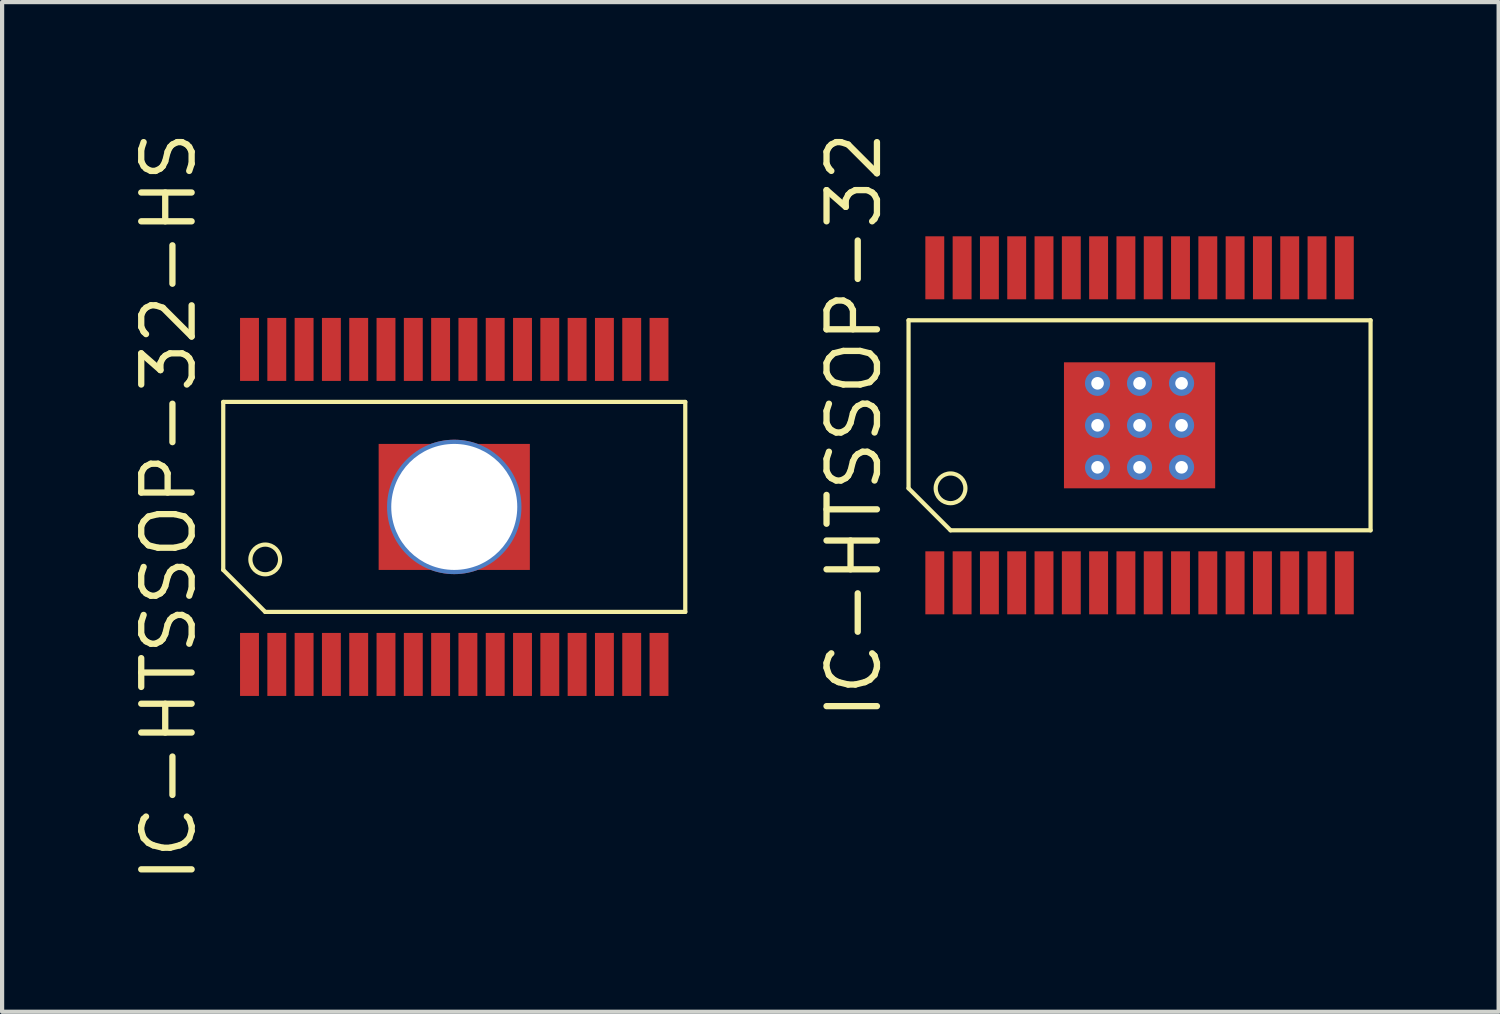
<source format=kicad_pcb>
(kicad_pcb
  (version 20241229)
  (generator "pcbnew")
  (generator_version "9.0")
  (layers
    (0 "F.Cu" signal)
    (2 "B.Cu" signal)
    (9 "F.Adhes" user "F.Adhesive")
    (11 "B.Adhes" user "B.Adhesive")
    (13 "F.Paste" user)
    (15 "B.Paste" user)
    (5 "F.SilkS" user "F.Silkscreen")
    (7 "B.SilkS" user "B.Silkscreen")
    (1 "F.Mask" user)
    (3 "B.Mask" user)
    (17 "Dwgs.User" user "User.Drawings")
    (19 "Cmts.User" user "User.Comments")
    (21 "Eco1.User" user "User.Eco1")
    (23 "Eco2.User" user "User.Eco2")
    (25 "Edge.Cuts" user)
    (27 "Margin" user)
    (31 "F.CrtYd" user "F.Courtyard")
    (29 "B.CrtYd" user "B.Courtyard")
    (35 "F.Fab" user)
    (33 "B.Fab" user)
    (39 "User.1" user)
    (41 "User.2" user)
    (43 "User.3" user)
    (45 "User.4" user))
  (footprint "IC-HTSSOP-32"
    (layer "F.Cu")
    (at 24.081 7.076)
    (property "Reference" "IC-HTSSOP-32" (at -6.8 0 90) (layer "F.SilkS") (effects (font (size 1.2 1.2) (thickness 0.15))))
    (attr through_hole)
    (fp_line (start -5.5 -2.5) (end -5.5 1.5) (stroke (width 0.1) (type solid)) (layer "F.SilkS"))
    (fp_line (start -5.5 1.5) (end -4.5 2.5) (stroke (width 0.1) (type solid)) (layer "F.SilkS"))
    (fp_line (start -4.5 2.5) (end 5.5 2.5) (stroke (width 0.1) (type solid)) (layer "F.SilkS"))
    (fp_line (start 5.5 -2.5) (end -5.5 -2.5) (stroke (width 0.1) (type solid)) (layer "F.SilkS"))
    (fp_line (start 5.5 2.5) (end 5.5 -2.5) (stroke (width 0.1) (type solid)) (layer "F.SilkS"))
    (fp_circle (center -4.5 1.5) (end -4.25 1.25) (stroke (width 0.1) (type solid)) (fill no) (layer "F.SilkS"))
    (pad "1" smd rect (at -4.875 3.75) (size 0.45 1.5) (layers "F.Cu" "F.Mask" "F.Paste"))
    (pad "2" smd rect (at -4.225 3.75) (size 0.45 1.5) (layers "F.Cu" "F.Mask" "F.Paste"))
    (pad "3" smd rect (at -3.575 3.75) (size 0.45 1.5) (layers "F.Cu" "F.Mask" "F.Paste"))
    (pad "4" smd rect (at -2.925 3.75) (size 0.45 1.5) (layers "F.Cu" "F.Mask" "F.Paste"))
    (pad "5" smd rect (at -2.275 3.75) (size 0.45 1.5) (layers "F.Cu" "F.Mask" "F.Paste"))
    (pad "6" smd rect (at -1.625 3.75) (size 0.45 1.5) (layers "F.Cu" "F.Mask" "F.Paste"))
    (pad "7" smd rect (at -0.975 3.75) (size 0.45 1.5) (layers "F.Cu" "F.Mask" "F.Paste"))
    (pad "8" smd rect (at -0.325 3.75) (size 0.45 1.5) (layers "F.Cu" "F.Mask" "F.Paste"))
    (pad "9" smd rect (at 0.325 3.75) (size 0.45 1.5) (layers "F.Cu" "F.Mask" "F.Paste"))
    (pad "10" smd rect (at 0.975 3.75) (size 0.45 1.5) (layers "F.Cu" "F.Mask" "F.Paste"))
    (pad "11" smd rect (at 1.625 3.75) (size 0.45 1.5) (layers "F.Cu" "F.Mask" "F.Paste"))
    (pad "12" smd rect (at 2.275 3.75) (size 0.45 1.5) (layers "F.Cu" "F.Mask" "F.Paste"))
    (pad "13" smd rect (at 2.925 3.75) (size 0.45 1.5) (layers "F.Cu" "F.Mask" "F.Paste"))
    (pad "14" smd rect (at 3.575 3.75) (size 0.45 1.5) (layers "F.Cu" "F.Mask" "F.Paste"))
    (pad "15" smd rect (at 4.225 3.75) (size 0.45 1.5) (layers "F.Cu" "F.Mask" "F.Paste"))
    (pad "16" smd rect (at 4.875 3.75) (size 0.45 1.5) (layers "F.Cu" "F.Mask" "F.Paste"))
    (pad "17" smd rect (at 4.875 -3.75) (size 0.45 1.5) (layers "F.Cu" "F.Mask" "F.Paste"))
    (pad "18" smd rect (at 4.225 -3.75) (size 0.45 1.5) (layers "F.Cu" "F.Mask" "F.Paste"))
    (pad "19" smd rect (at 3.575 -3.75) (size 0.45 1.5) (layers "F.Cu" "F.Mask" "F.Paste"))
    (pad "20" smd rect (at 2.925 -3.75) (size 0.45 1.5) (layers "F.Cu" "F.Mask" "F.Paste"))
    (pad "21" smd rect (at 2.275 -3.75) (size 0.45 1.5) (layers "F.Cu" "F.Mask" "F.Paste"))
    (pad "22" smd rect (at 1.625 -3.75) (size 0.45 1.5) (layers "F.Cu" "F.Mask" "F.Paste"))
    (pad "23" smd rect (at 0.975 -3.75) (size 0.45 1.5) (layers "F.Cu" "F.Mask" "F.Paste"))
    (pad "24" smd rect (at 0.325 -3.75) (size 0.45 1.5) (layers "F.Cu" "F.Mask" "F.Paste"))
    (pad "25" smd rect (at -0.325 -3.75) (size 0.45 1.5) (layers "F.Cu" "F.Mask" "F.Paste"))
    (pad "26" smd rect (at -0.975 -3.75) (size 0.45 1.5) (layers "F.Cu" "F.Mask" "F.Paste"))
    (pad "27" smd rect (at -1.625 -3.75) (size 0.45 1.5) (layers "F.Cu" "F.Mask" "F.Paste"))
    (pad "28" smd rect (at -2.275 -3.75) (size 0.45 1.5) (layers "F.Cu" "F.Mask" "F.Paste"))
    (pad "29" smd rect (at -2.925 -3.75) (size 0.45 1.5) (layers "F.Cu" "F.Mask" "F.Paste"))
    (pad "30" smd rect (at -3.575 -3.75) (size 0.45 1.5) (layers "F.Cu" "F.Mask" "F.Paste"))
    (pad "31" smd rect (at -4.225 -3.75) (size 0.45 1.5) (layers "F.Cu" "F.Mask" "F.Paste"))
    (pad "32" smd rect (at -4.875 -3.75) (size 0.45 1.5) (layers "F.Cu" "F.Mask" "F.Paste"))
    (pad "PAD" thru_hole circle (at -1 -1) (size 0.6 0.6) (drill 0.3) (layers "*.Cu" "*.Mask"))
    (pad "PAD" thru_hole circle (at -1 0) (size 0.6 0.6) (drill 0.3) (layers "*.Cu" "*.Mask"))
    (pad "PAD" thru_hole circle (at -1 1) (size 0.6 0.6) (drill 0.3) (layers "*.Cu" "*.Mask"))
    (pad "PAD" thru_hole circle (at 0 -1) (size 0.6 0.6) (drill 0.3) (layers "*.Cu" "*.Mask"))
    (pad "PAD" thru_hole circle (at 0 0) (size 0.6 0.6) (drill 0.3) (layers "*.Cu" "*.Mask"))
    (pad "PAD" smd rect (at 0 0 90) (size 3 3.6) (layers "F.Cu" "F.Mask" "F.Paste"))
    (pad "PAD" thru_hole circle (at 0 1) (size 0.6 0.6) (drill 0.3) (layers "*.Cu" "*.Mask"))
    (pad "PAD" thru_hole circle (at 1 -1) (size 0.6 0.6) (drill 0.3) (layers "*.Cu" "*.Mask"))
    (pad "PAD" thru_hole circle (at 1 0) (size 0.6 0.6) (drill 0.3) (layers "*.Cu" "*.Mask"))
    (pad "PAD" thru_hole circle (at 1 1) (size 0.6 0.6) (drill 0.3) (layers "*.Cu" "*.Mask")))
  (footprint "IC-HTSSOP-32-HS"
    (layer "F.Cu")
    (at 7.765 9.019)
    (property "Reference" "IC-HTSSOP-32-HS" (at -6.8 0 90) (layer "F.SilkS") (effects (font (size 1.2 1.2) (thickness 0.15))))
    (attr through_hole)
    (fp_line (start -5.5 -2.5) (end -5.5 1.5) (stroke (width 0.1) (type solid)) (layer "F.SilkS"))
    (fp_line (start -5.5 1.5) (end -4.5 2.5) (stroke (width 0.1) (type solid)) (layer "F.SilkS"))
    (fp_line (start -4.5 2.5) (end 5.5 2.5) (stroke (width 0.1) (type solid)) (layer "F.SilkS"))
    (fp_line (start 5.5 -2.5) (end -5.5 -2.5) (stroke (width 0.1) (type solid)) (layer "F.SilkS"))
    (fp_line (start 5.5 2.5) (end 5.5 -2.5) (stroke (width 0.1) (type solid)) (layer "F.SilkS"))
    (fp_circle (center -4.5 1.25) (end -4.25 1) (stroke (width 0.1) (type solid)) (fill no) (layer "F.SilkS"))
    (pad "1" smd rect (at -4.875 3.75) (size 0.45 1.5) (layers "F.Cu" "F.Mask" "F.Paste"))
    (pad "2" smd rect (at -4.225 3.75) (size 0.45 1.5) (layers "F.Cu" "F.Mask" "F.Paste"))
    (pad "3" smd rect (at -3.575 3.75) (size 0.45 1.5) (layers "F.Cu" "F.Mask" "F.Paste"))
    (pad "4" smd rect (at -2.925 3.75) (size 0.45 1.5) (layers "F.Cu" "F.Mask" "F.Paste"))
    (pad "5" smd rect (at -2.275 3.75) (size 0.45 1.5) (layers "F.Cu" "F.Mask" "F.Paste"))
    (pad "6" smd rect (at -1.625 3.75) (size 0.45 1.5) (layers "F.Cu" "F.Mask" "F.Paste"))
    (pad "7" smd rect (at -0.975 3.75) (size 0.45 1.5) (layers "F.Cu" "F.Mask" "F.Paste"))
    (pad "8" smd rect (at -0.325 3.75) (size 0.45 1.5) (layers "F.Cu" "F.Mask" "F.Paste"))
    (pad "9" smd rect (at 0.325 3.75) (size 0.45 1.5) (layers "F.Cu" "F.Mask" "F.Paste"))
    (pad "10" smd rect (at 0.975 3.75) (size 0.45 1.5) (layers "F.Cu" "F.Mask" "F.Paste"))
    (pad "11" smd rect (at 1.625 3.75) (size 0.45 1.5) (layers "F.Cu" "F.Mask" "F.Paste"))
    (pad "12" smd rect (at 2.275 3.75) (size 0.45 1.5) (layers "F.Cu" "F.Mask" "F.Paste"))
    (pad "13" smd rect (at 2.925 3.75) (size 0.45 1.5) (layers "F.Cu" "F.Mask" "F.Paste"))
    (pad "14" smd rect (at 3.575 3.75) (size 0.45 1.5) (layers "F.Cu" "F.Mask" "F.Paste"))
    (pad "15" smd rect (at 4.225 3.75) (size 0.45 1.5) (layers "F.Cu" "F.Mask" "F.Paste"))
    (pad "16" smd rect (at 4.875 3.75) (size 0.45 1.5) (layers "F.Cu" "F.Mask" "F.Paste"))
    (pad "17" smd rect (at 4.875 -3.75) (size 0.45 1.5) (layers "F.Cu" "F.Mask" "F.Paste"))
    (pad "18" smd rect (at 4.225 -3.75) (size 0.45 1.5) (layers "F.Cu" "F.Mask" "F.Paste"))
    (pad "19" smd rect (at 3.575 -3.75) (size 0.45 1.5) (layers "F.Cu" "F.Mask" "F.Paste"))
    (pad "20" smd rect (at 2.925 -3.75) (size 0.45 1.5) (layers "F.Cu" "F.Mask" "F.Paste"))
    (pad "21" smd rect (at 2.275 -3.75) (size 0.45 1.5) (layers "F.Cu" "F.Mask" "F.Paste"))
    (pad "22" smd rect (at 1.625 -3.75) (size 0.45 1.5) (layers "F.Cu" "F.Mask" "F.Paste"))
    (pad "23" smd rect (at 0.975 -3.75) (size 0.45 1.5) (layers "F.Cu" "F.Mask" "F.Paste"))
    (pad "24" smd rect (at 0.325 -3.75) (size 0.45 1.5) (layers "F.Cu" "F.Mask" "F.Paste"))
    (pad "25" smd rect (at -0.325 -3.75) (size 0.45 1.5) (layers "F.Cu" "F.Mask" "F.Paste"))
    (pad "26" smd rect (at -0.975 -3.75) (size 0.45 1.5) (layers "F.Cu" "F.Mask" "F.Paste"))
    (pad "27" smd rect (at -1.625 -3.75) (size 0.45 1.5) (layers "F.Cu" "F.Mask" "F.Paste"))
    (pad "28" smd rect (at -2.275 -3.75) (size 0.45 1.5) (layers "F.Cu" "F.Mask" "F.Paste"))
    (pad "29" smd rect (at -2.925 -3.75) (size 0.45 1.5) (layers "F.Cu" "F.Mask" "F.Paste"))
    (pad "30" smd rect (at -3.575 -3.75) (size 0.45 1.5) (layers "F.Cu" "F.Mask" "F.Paste"))
    (pad "31" smd rect (at -4.225 -3.75) (size 0.45 1.5) (layers "F.Cu" "F.Mask" "F.Paste"))
    (pad "32" smd rect (at -4.875 -3.75) (size 0.45 1.5) (layers "F.Cu" "F.Mask" "F.Paste"))
    (pad "PAD" smd rect (at 0 0 90) (size 3 3.6) (layers "F.Cu" "F.Mask" "F.Paste"))
    (pad "PAD" thru_hole circle (at 0 0) (size 3.2 3.2) (drill 3) (layers "*.Cu" "*.Mask")))
  (gr_rect
    (start -3 -3)
    (end 32.63 21.039)
    (stroke (width 0.1) (type default))
    (fill no)
    (layer "Edge.Cuts")))
</source>
